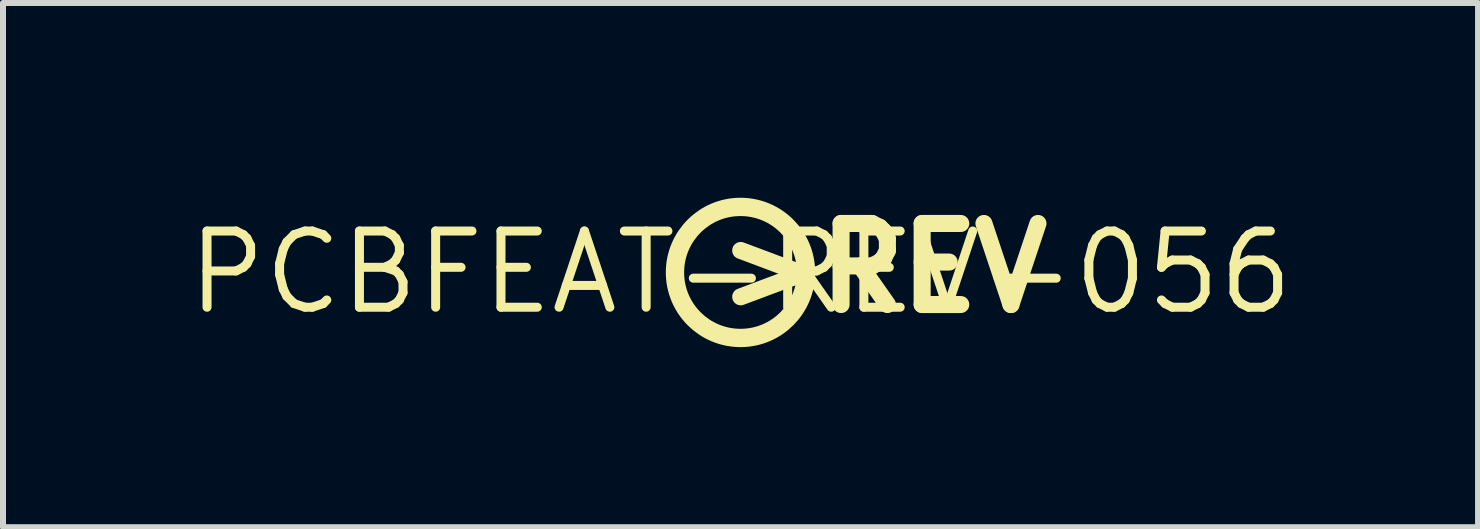
<source format=kicad_pcb>
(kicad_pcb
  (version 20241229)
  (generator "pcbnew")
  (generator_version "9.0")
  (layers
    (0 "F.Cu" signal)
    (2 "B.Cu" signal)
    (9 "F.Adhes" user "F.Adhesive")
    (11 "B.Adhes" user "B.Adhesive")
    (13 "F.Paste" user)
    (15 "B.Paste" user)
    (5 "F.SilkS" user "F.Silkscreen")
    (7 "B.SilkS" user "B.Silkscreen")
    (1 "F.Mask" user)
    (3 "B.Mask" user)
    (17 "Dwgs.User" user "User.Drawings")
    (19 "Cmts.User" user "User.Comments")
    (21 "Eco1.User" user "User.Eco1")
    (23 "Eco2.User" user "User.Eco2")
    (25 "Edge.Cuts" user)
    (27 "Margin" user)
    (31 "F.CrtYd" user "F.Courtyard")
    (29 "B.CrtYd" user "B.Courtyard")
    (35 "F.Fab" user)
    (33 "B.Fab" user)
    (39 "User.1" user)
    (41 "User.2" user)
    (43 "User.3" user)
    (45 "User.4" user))
  (footprint "PCBFEAT-REV-056"
    (layer "F.Cu")
    (at 9.29 1.49)
    (property "Reference" "PCBFEAT-REV-056" (at 0 0 0) (layer "F.SilkS") (effects (font (size 1.27 1.27) (thickness 0.15))))
    (attr through_hole)
    (fp_circle (center 0 0) (end 1.092 0) (stroke (width 0.305) (type solid)) (fill no) (layer "F.SilkS"))
    (fp_text user ">REV" (at -0.505 0.715 0) (layer "F.SilkS") (effects (font (size 1.351 1.351) (thickness 0.284)) (justify left bottom))))
  (gr_rect
    (start -3 -3)
    (end 21.581 5.735)
    (stroke (width 0.1) (type default))
    (fill no)
    (layer "Edge.Cuts")))
</source>
